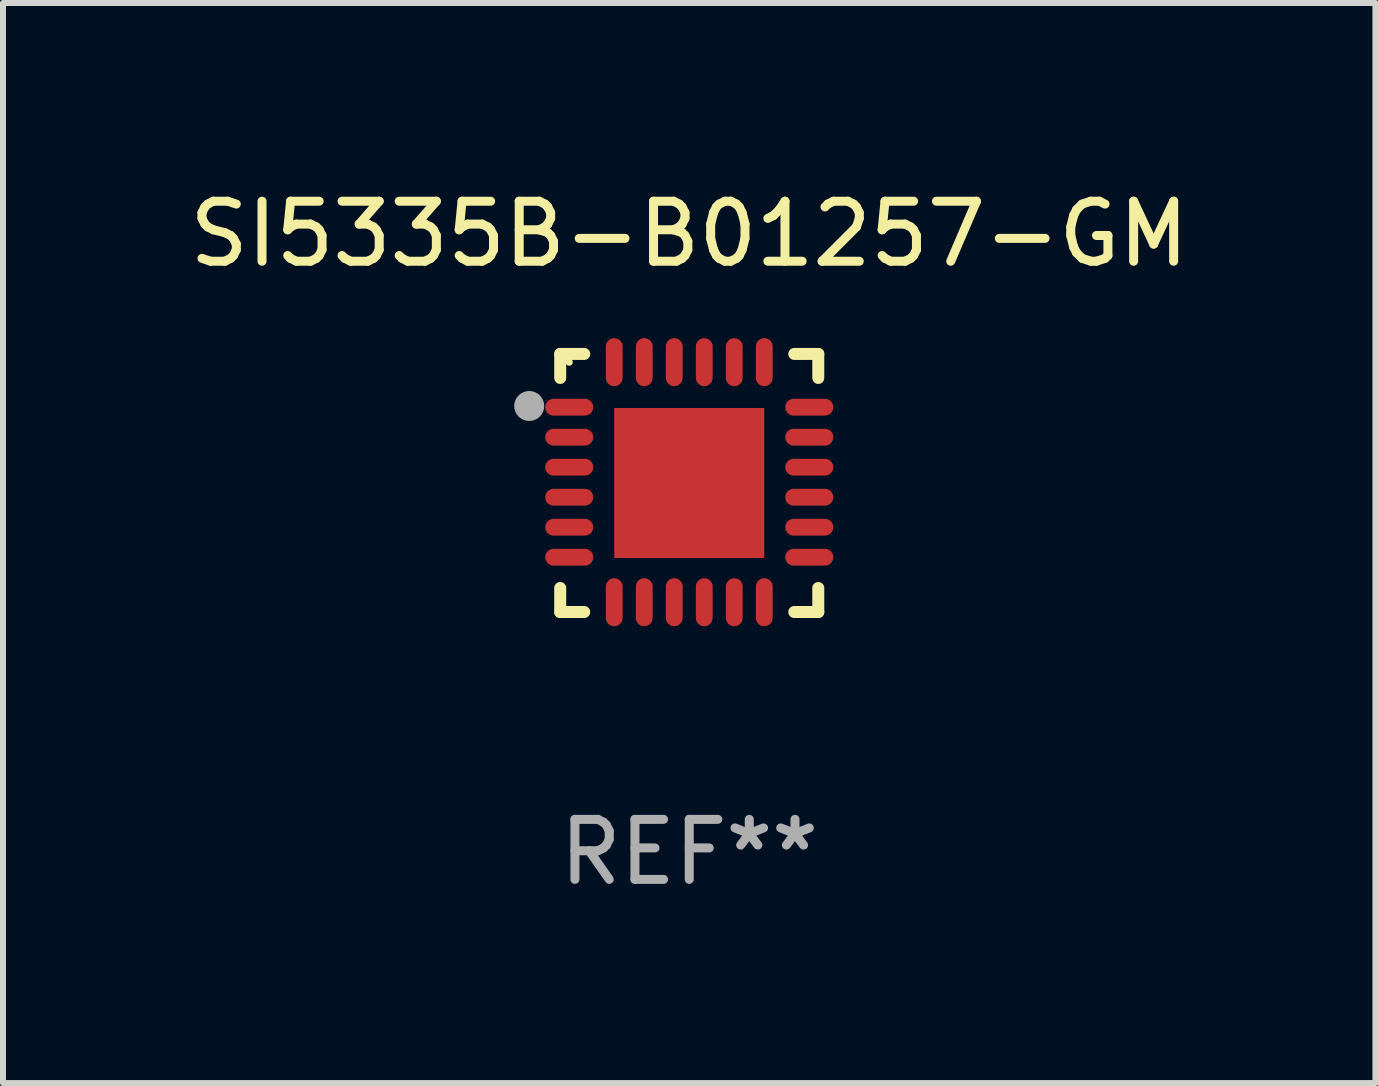
<source format=kicad_pcb>
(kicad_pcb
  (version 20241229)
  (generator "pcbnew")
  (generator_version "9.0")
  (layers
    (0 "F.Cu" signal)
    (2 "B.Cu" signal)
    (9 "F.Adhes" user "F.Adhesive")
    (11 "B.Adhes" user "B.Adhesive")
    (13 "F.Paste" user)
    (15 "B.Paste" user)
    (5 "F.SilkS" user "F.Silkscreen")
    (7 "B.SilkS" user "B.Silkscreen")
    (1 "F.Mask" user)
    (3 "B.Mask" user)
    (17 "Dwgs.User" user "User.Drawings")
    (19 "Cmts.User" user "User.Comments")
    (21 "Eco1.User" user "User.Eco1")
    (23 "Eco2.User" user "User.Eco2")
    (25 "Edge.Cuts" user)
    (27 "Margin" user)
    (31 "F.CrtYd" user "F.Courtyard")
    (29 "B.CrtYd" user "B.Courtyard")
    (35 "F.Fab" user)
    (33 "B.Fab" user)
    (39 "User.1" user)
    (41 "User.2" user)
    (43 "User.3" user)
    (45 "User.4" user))
  (footprint "SI5335B-B01257-GM"
    (layer "F.Cu")
    (at 8.435 4.998)
    (property "Reference" "SI5335B-B01257-GM" (at 0 -4.15 0) (layer "F.SilkS") (effects (font (size 1 1) (thickness 0.15))))
    (attr through_hole)
    (fp_line (start -2.15 -2.15) (end -1.75 -2.15) (stroke (width 0.2) (type solid)) (layer "F.SilkS"))
    (fp_line (start -2.15 -1.75) (end -2.15 -2.15) (stroke (width 0.2) (type solid)) (layer "F.SilkS"))
    (fp_line (start -2.15 2.15) (end -2.15 1.75) (stroke (width 0.2) (type solid)) (layer "F.SilkS"))
    (fp_line (start -1.75 2.15) (end -2.15 2.15) (stroke (width 0.2) (type solid)) (layer "F.SilkS"))
    (fp_line (start 1.75 -2.15) (end 2.15 -2.15) (stroke (width 0.2) (type solid)) (layer "F.SilkS"))
    (fp_line (start 1.75 2.15) (end 2.15 2.15) (stroke (width 0.2) (type solid)) (layer "F.SilkS"))
    (fp_line (start 2.15 -2.15) (end 2.15 -1.75) (stroke (width 0.2) (type solid)) (layer "F.SilkS"))
    (fp_line (start 2.15 2.15) (end 2.15 1.75) (stroke (width 0.2) (type solid)) (layer "F.SilkS"))
    (fp_circle (center -2 -2.013) (end -1.97 -2.013) (stroke (width 0.06) (type solid)) (fill no) (layer "F.SilkS"))
    (fp_circle (center -2.667 -1.283) (end -2.542 -1.283) (stroke (width 0.25) (type solid)) (fill no) (layer "F.Fab"))
    (fp_text user "REF**" (at 0 6.15 0) (layer "F.Fab") (effects (font (size 1 1) (thickness 0.15))))
    (pad "1" smd oval (at -2 -1.263) (size 0.8 0.28) (layers "F.Cu" "F.Mask" "F.Paste"))
    (pad "2" smd oval (at -2 -0.763) (size 0.8 0.28) (layers "F.Cu" "F.Mask" "F.Paste"))
    (pad "3" smd oval (at -2 -0.263) (size 0.8 0.28) (layers "F.Cu" "F.Mask" "F.Paste"))
    (pad "4" smd oval (at -2 0.237) (size 0.8 0.28) (layers "F.Cu" "F.Mask" "F.Paste"))
    (pad "5" smd oval (at -2 0.737) (size 0.8 0.28) (layers "F.Cu" "F.Mask" "F.Paste"))
    (pad "6" smd oval (at -2 1.237) (size 0.8 0.28) (layers "F.Cu" "F.Mask" "F.Paste"))
    (pad "7" smd oval (at -1.25 1.987) (size 0.28 0.8) (layers "F.Cu" "F.Mask" "F.Paste"))
    (pad "8" smd oval (at -0.75 1.987) (size 0.28 0.8) (layers "F.Cu" "F.Mask" "F.Paste"))
    (pad "9" smd oval (at -0.25 1.987) (size 0.28 0.8) (layers "F.Cu" "F.Mask" "F.Paste"))
    (pad "10" smd oval (at 0.25 1.987) (size 0.28 0.8) (layers "F.Cu" "F.Mask" "F.Paste"))
    (pad "11" smd oval (at 0.75 1.987) (size 0.28 0.8) (layers "F.Cu" "F.Mask" "F.Paste"))
    (pad "12" smd oval (at 1.25 1.987) (size 0.28 0.8) (layers "F.Cu" "F.Mask" "F.Paste"))
    (pad "13" smd oval (at 2 1.237) (size 0.8 0.28) (layers "F.Cu" "F.Mask" "F.Paste"))
    (pad "14" smd oval (at 2 0.737) (size 0.8 0.28) (layers "F.Cu" "F.Mask" "F.Paste"))
    (pad "15" smd oval (at 2 0.237) (size 0.8 0.28) (layers "F.Cu" "F.Mask" "F.Paste"))
    (pad "16" smd oval (at 2 -0.263) (size 0.8 0.28) (layers "F.Cu" "F.Mask" "F.Paste"))
    (pad "17" smd oval (at 2 -0.763) (size 0.8 0.28) (layers "F.Cu" "F.Mask" "F.Paste"))
    (pad "18" smd oval (at 2 -1.263) (size 0.8 0.28) (layers "F.Cu" "F.Mask" "F.Paste"))
    (pad "19" smd oval (at 1.25 -2.013) (size 0.28 0.8) (layers "F.Cu" "F.Mask" "F.Paste"))
    (pad "20" smd oval (at 0.75 -2.013) (size 0.28 0.8) (layers "F.Cu" "F.Mask" "F.Paste"))
    (pad "21" smd oval (at 0.25 -2.013) (size 0.28 0.8) (layers "F.Cu" "F.Mask" "F.Paste"))
    (pad "22" smd oval (at -0.25 -2.013) (size 0.28 0.8) (layers "F.Cu" "F.Mask" "F.Paste"))
    (pad "23" smd oval (at -0.75 -2.013) (size 0.28 0.8) (layers "F.Cu" "F.Mask" "F.Paste"))
    (pad "24" smd oval (at -1.25 -2.013) (size 0.28 0.8) (layers "F.Cu" "F.Mask" "F.Paste"))
    (pad "25" smd rect (at -0.000127 -0.00014) (size 2.5 2.5) (layers "F.Cu" "F.Mask" "F.Paste")))
  (gr_rect
    (start -3 -3)
    (end 19.869 14.997)
    (stroke (width 0.1) (type default))
    (fill no)
    (layer "Edge.Cuts")))
</source>
